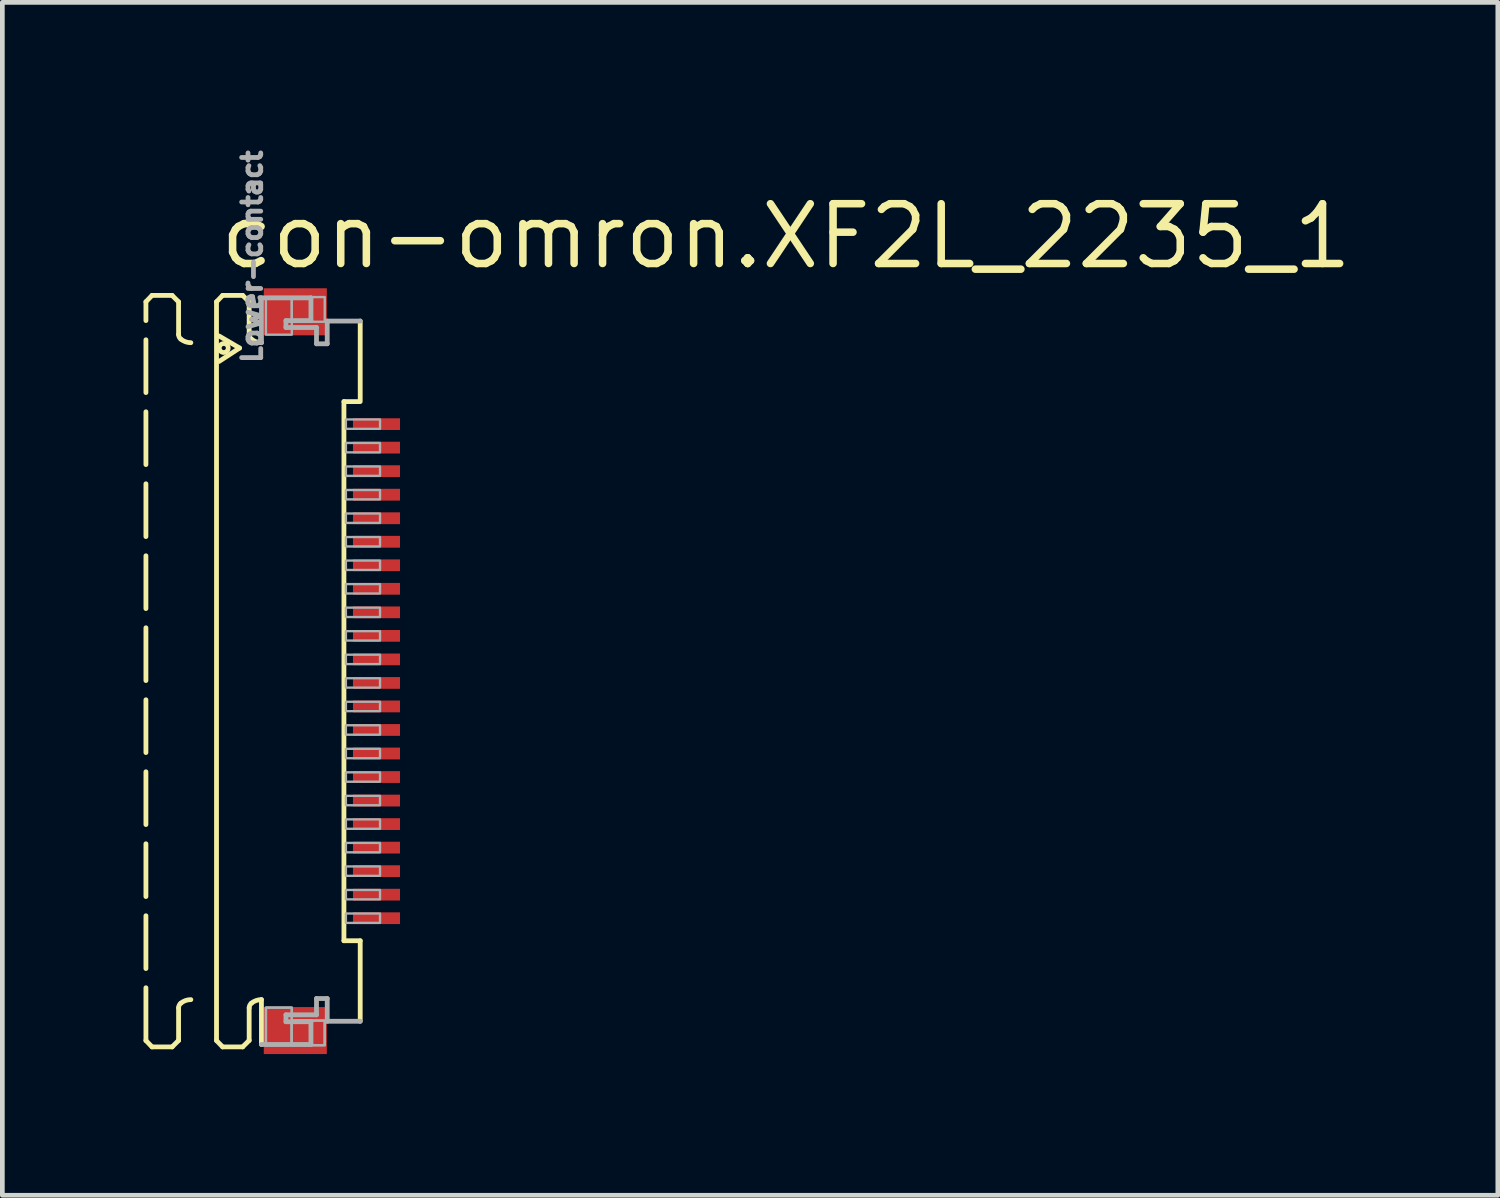
<source format=kicad_pcb>
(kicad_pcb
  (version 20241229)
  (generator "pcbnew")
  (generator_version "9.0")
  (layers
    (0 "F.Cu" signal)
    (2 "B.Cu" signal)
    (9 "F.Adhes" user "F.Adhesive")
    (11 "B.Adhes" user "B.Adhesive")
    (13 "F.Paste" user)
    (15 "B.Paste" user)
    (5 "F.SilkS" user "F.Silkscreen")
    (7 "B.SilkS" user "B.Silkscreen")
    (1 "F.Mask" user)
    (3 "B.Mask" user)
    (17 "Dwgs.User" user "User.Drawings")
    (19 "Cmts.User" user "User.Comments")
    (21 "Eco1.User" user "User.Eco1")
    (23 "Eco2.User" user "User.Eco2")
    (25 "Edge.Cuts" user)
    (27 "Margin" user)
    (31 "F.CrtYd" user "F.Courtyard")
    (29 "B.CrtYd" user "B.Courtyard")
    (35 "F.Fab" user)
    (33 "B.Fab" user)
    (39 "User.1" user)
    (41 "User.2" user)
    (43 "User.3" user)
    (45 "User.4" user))
  (footprint "con-omron.XF2L_2235_1"
    (layer "F.Cu")
    (at 3.046 11.713)
    (property "Reference" "con-omron.XF2L_2235_1" (at -1.5 -9 0) (layer "F.SilkS") (effects (font (size 1.27 1.27) (thickness 0.16)) (justify left bottom)))
    (attr smd)
    (fp_rect (start 1.355 -5.575) (end 2.455 -5.925) (stroke (width 0.05) (type default)) (fill yes) (layer "F.Mask"))
    (fp_rect (start 1.355 -5.075) (end 2.455 -5.425) (stroke (width 0.05) (type default)) (fill yes) (layer "F.Mask"))
    (fp_rect (start 1.355 -4.575) (end 2.455 -4.925) (stroke (width 0.05) (type default)) (fill yes) (layer "F.Mask"))
    (fp_rect (start 1.355 -4.075) (end 2.455 -4.425) (stroke (width 0.05) (type default)) (fill yes) (layer "F.Mask"))
    (fp_rect (start 1.355 -3.575) (end 2.455 -3.925) (stroke (width 0.05) (type default)) (fill yes) (layer "F.Mask"))
    (fp_rect (start 1.355 -3.075) (end 2.455 -3.425) (stroke (width 0.05) (type default)) (fill yes) (layer "F.Mask"))
    (fp_rect (start 1.355 -2.575) (end 2.455 -2.925) (stroke (width 0.05) (type default)) (fill yes) (layer "F.Mask"))
    (fp_rect (start 1.355 -2.075) (end 2.455 -2.425) (stroke (width 0.05) (type default)) (fill yes) (layer "F.Mask"))
    (fp_rect (start 1.355 -1.575) (end 2.455 -1.925) (stroke (width 0.05) (type default)) (fill yes) (layer "F.Mask"))
    (fp_rect (start 1.355 -1.075) (end 2.455 -1.425) (stroke (width 0.05) (type default)) (fill yes) (layer "F.Mask"))
    (fp_rect (start 1.355 -0.575) (end 2.455 -0.925) (stroke (width 0.05) (type default)) (fill yes) (layer "F.Mask"))
    (fp_rect (start 1.355 -0.075) (end 2.455 -0.425) (stroke (width 0.05) (type default)) (fill yes) (layer "F.Mask"))
    (fp_rect (start 1.355 0.425) (end 2.455 0.075) (stroke (width 0.05) (type default)) (fill yes) (layer "F.Mask"))
    (fp_rect (start 1.355 0.925) (end 2.455 0.575) (stroke (width 0.05) (type default)) (fill yes) (layer "F.Mask"))
    (fp_rect (start 1.355 1.425) (end 2.455 1.075) (stroke (width 0.05) (type default)) (fill yes) (layer "F.Mask"))
    (fp_rect (start 1.355 1.925) (end 2.455 1.575) (stroke (width 0.05) (type default)) (fill yes) (layer "F.Mask"))
    (fp_rect (start 1.355 2.425) (end 2.455 2.075) (stroke (width 0.05) (type default)) (fill yes) (layer "F.Mask"))
    (fp_rect (start 1.355 2.925) (end 2.455 2.575) (stroke (width 0.05) (type default)) (fill yes) (layer "F.Mask"))
    (fp_rect (start 1.355 3.425) (end 2.455 3.075) (stroke (width 0.05) (type default)) (fill yes) (layer "F.Mask"))
    (fp_rect (start 1.355 3.925) (end 2.455 3.575) (stroke (width 0.05) (type default)) (fill yes) (layer "F.Mask"))
    (fp_rect (start 1.355 4.425) (end 2.455 4.075) (stroke (width 0.05) (type default)) (fill yes) (layer "F.Mask"))
    (fp_rect (start 1.355 4.925) (end 2.455 4.575) (stroke (width 0.05) (type default)) (fill yes) (layer "F.Mask"))
    (fp_line (start -2.995 -8.35) (end -2.865 -8.485) (stroke (width 0.102) (type default)) (layer "F.SilkS"))
    (fp_line (start -2.995 7.35) (end -2.995 -8.35) (stroke (width 0.102) (type dash)) (layer "F.SilkS"))
    (fp_line (start -2.995 7.35) (end -2.865 7.485) (stroke (width 0.102) (type default)) (layer "F.SilkS"))
    (fp_line (start -2.865 -8.485) (end -2.438 -8.485) (stroke (width 0.102) (type dash)) (layer "F.SilkS"))
    (fp_line (start -2.865 7.485) (end -2.438 7.485) (stroke (width 0.102) (type dash)) (layer "F.SilkS"))
    (fp_line (start -2.438 -8.485) (end -2.301 -8.348) (stroke (width 0.102) (type default)) (layer "F.SilkS"))
    (fp_line (start -2.438 7.485) (end -2.301 7.348) (stroke (width 0.102) (type default)) (layer "F.SilkS"))
    (fp_line (start -2.301 -8.348) (end -2.301 -7.656) (stroke (width 0.102) (type dash)) (layer "F.SilkS"))
    (fp_line (start -2.301 7.348) (end -2.301 6.656) (stroke (width 0.102) (type dash)) (layer "F.SilkS"))
    (fp_line (start -1.495 -8.35) (end -1.365 -8.485) (stroke (width 0.102) (type default)) (layer "F.SilkS"))
    (fp_line (start -1.495 7.35) (end -1.495 -8.35) (stroke (width 0.102) (type default)) (layer "F.SilkS"))
    (fp_line (start -1.495 7.35) (end -1.365 7.485) (stroke (width 0.102) (type default)) (layer "F.SilkS"))
    (fp_line (start -1.441 -7.623) (end -1.005 -7.367) (stroke (width 0.102) (type default)) (layer "F.SilkS"))
    (fp_line (start -1.365 -8.485) (end -0.939 -8.485) (stroke (width 0.102) (type default)) (layer "F.SilkS"))
    (fp_line (start -1.365 7.485) (end -0.939 7.485) (stroke (width 0.102) (type default)) (layer "F.SilkS"))
    (fp_line (start -1.005 -7.367) (end -1.441 -7.082) (stroke (width 0.102) (type default)) (layer "F.SilkS"))
    (fp_line (start -0.939 -8.485) (end -0.801 -8.348) (stroke (width 0.102) (type default)) (layer "F.SilkS"))
    (fp_line (start -0.939 7.485) (end -0.801 7.348) (stroke (width 0.102) (type default)) (layer "F.SilkS"))
    (fp_line (start -0.801 -8.348) (end -0.801 -7.656) (stroke (width 0.102) (type default)) (layer "F.SilkS"))
    (fp_line (start -0.801 7.348) (end -0.801 6.656) (stroke (width 0.102) (type default)) (layer "F.SilkS"))
    (fp_line (start -0.54 6.48) (end -0.54 7.433) (stroke (width 0.102) (type default)) (layer "F.SilkS"))
    (fp_line (start 1.213 5.229) (end 1.213 -6.229) (stroke (width 0.102) (type default)) (layer "F.SilkS"))
    (fp_line (start 1.538 -6.229) (end 1.213 -6.229) (stroke (width 0.102) (type default)) (layer "F.SilkS"))
    (fp_line (start 1.559 -7.94) (end 1.559 -6.229) (stroke (width 0.102) (type default)) (layer "F.SilkS"))
    (fp_line (start 1.559 5.229) (end 1.213 5.229) (stroke (width 0.102) (type default)) (layer "F.SilkS"))
    (fp_line (start 1.559 6.94) (end 1.559 5.229) (stroke (width 0.102) (type default)) (layer "F.SilkS"))
    (fp_arc (start -2.301 6.6557) (mid -2.288538 6.600596) (end -2.2536 6.5562) (stroke (width 0.1016) (type default)) (layer "F.SilkS"))
    (fp_arc (start -2.2536 -7.5562) (mid -2.288538 -7.600596) (end -2.301 -7.6557) (stroke (width 0.1016) (type default)) (layer "F.SilkS"))
    (fp_arc (start -2.2536 6.5562) (mid -2.153476 6.499936) (end -2.0403 6.4804) (stroke (width 0.1016) (type default)) (layer "F.SilkS"))
    (fp_arc (start -2.0403 -7.4804) (mid -2.153476 -7.499936) (end -2.2536 -7.5562) (stroke (width 0.1016) (type default)) (layer "F.SilkS"))
    (fp_arc (start -0.801 6.6557) (mid -0.788538 6.600596) (end -0.7536 6.5562) (stroke (width 0.1016) (type default)) (layer "F.SilkS"))
    (fp_arc (start -0.7536 -7.5562) (mid -0.788538 -7.600596) (end -0.801 -7.6557) (stroke (width 0.1016) (type default)) (layer "F.SilkS"))
    (fp_arc (start -0.7536 6.5562) (mid -0.653476 6.499936) (end -0.5403 6.4804) (stroke (width 0.1016) (type default)) (layer "F.SilkS"))
    (fp_arc (start -0.5403 -7.4804) (mid -0.653476 -7.499936) (end -0.7536 -7.5562) (stroke (width 0.1016) (type default)) (layer "F.SilkS"))
    (fp_circle (center -1.341 -7.367) (end -1.246 -7.367) (stroke (width 0.1) (type default)) (fill no) (layer "F.SilkS"))
    (fp_line (start -0.54 -8.433) (end 0.512 -8.433) (stroke (width 0.102) (type default)) (layer "F.Fab"))
    (fp_line (start -0.54 -7.48) (end -0.54 -8.433) (stroke (width 0.102) (type default)) (layer "F.Fab"))
    (fp_line (start -0.54 7.433) (end 0.512 7.433) (stroke (width 0.102) (type default)) (layer "F.Fab"))
    (fp_line (start -0.019 -7.95) (end -0.019 -7.803) (stroke (width 0.102) (type default)) (layer "F.Fab"))
    (fp_line (start -0.019 -7.803) (end 0.63 -7.803) (stroke (width 0.102) (type default)) (layer "F.Fab"))
    (fp_line (start -0.019 6.803) (end 0.63 6.803) (stroke (width 0.102) (type default)) (layer "F.Fab"))
    (fp_line (start -0.019 6.95) (end -0.019 6.803) (stroke (width 0.102) (type default)) (layer "F.Fab"))
    (fp_line (start 0.512 -8.433) (end 0.512 -7.95) (stroke (width 0.102) (type default)) (layer "F.Fab"))
    (fp_line (start 0.512 -7.95) (end -0.019 -7.95) (stroke (width 0.102) (type default)) (layer "F.Fab"))
    (fp_line (start 0.512 6.95) (end -0.019 6.95) (stroke (width 0.102) (type default)) (layer "F.Fab"))
    (fp_line (start 0.512 7.433) (end 0.512 6.95) (stroke (width 0.102) (type default)) (layer "F.Fab"))
    (fp_line (start 0.63 -7.803) (end 0.63 -7.457) (stroke (width 0.102) (type default)) (layer "F.Fab"))
    (fp_line (start 0.63 -7.457) (end 0.858 -7.457) (stroke (width 0.102) (type default)) (layer "F.Fab"))
    (fp_line (start 0.63 6.457) (end 0.858 6.457) (stroke (width 0.102) (type default)) (layer "F.Fab"))
    (fp_line (start 0.63 6.803) (end 0.63 6.457) (stroke (width 0.102) (type default)) (layer "F.Fab"))
    (fp_line (start 0.858 -7.94) (end 1.559 -7.94) (stroke (width 0.102) (type default)) (layer "F.Fab"))
    (fp_line (start 0.858 -7.457) (end 0.858 -7.94) (stroke (width 0.102) (type default)) (layer "F.Fab"))
    (fp_line (start 0.858 6.457) (end 0.858 6.94) (stroke (width 0.102) (type default)) (layer "F.Fab"))
    (fp_line (start 0.858 6.94) (end 1.559 6.94) (stroke (width 0.102) (type default)) (layer "F.Fab"))
    (fp_rect (start -0.445 -7.65) (end 0.105 -8.45) (stroke (width 0.05) (type default)) (fill no) (layer "F.Fab"))
    (fp_rect (start -0.445 7.45) (end 0.105 6.65) (stroke (width 0.05) (type default)) (fill no) (layer "F.Fab"))
    (fp_rect (start -0.445 7.45) (end 0.105 6.65) (stroke (width 0.05) (type default)) (fill no) (layer "F.Fab"))
    (fp_rect (start 0.105 -7.925) (end 0.805 -8.45) (stroke (width 0.05) (type default)) (fill no) (layer "F.Fab"))
    (fp_rect (start 0.105 7.45) (end 0.805 6.925) (stroke (width 0.05) (type default)) (fill no) (layer "F.Fab"))
    (fp_rect (start 0.105 7.45) (end 0.805 6.925) (stroke (width 0.05) (type default)) (fill no) (layer "F.Fab"))
    (fp_rect (start 1.255 -5.65) (end 1.98 -5.85) (stroke (width 0.05) (type default)) (fill no) (layer "F.Fab"))
    (fp_rect (start 1.255 -5.15) (end 1.98 -5.35) (stroke (width 0.05) (type default)) (fill no) (layer "F.Fab"))
    (fp_rect (start 1.255 -4.65) (end 1.98 -4.85) (stroke (width 0.05) (type default)) (fill no) (layer "F.Fab"))
    (fp_rect (start 1.255 -4.15) (end 1.98 -4.35) (stroke (width 0.05) (type default)) (fill no) (layer "F.Fab"))
    (fp_rect (start 1.255 -3.65) (end 1.98 -3.85) (stroke (width 0.05) (type default)) (fill no) (layer "F.Fab"))
    (fp_rect (start 1.255 -3.15) (end 1.98 -3.35) (stroke (width 0.05) (type default)) (fill no) (layer "F.Fab"))
    (fp_rect (start 1.255 -2.65) (end 1.98 -2.85) (stroke (width 0.05) (type default)) (fill no) (layer "F.Fab"))
    (fp_rect (start 1.255 -2.15) (end 1.98 -2.35) (stroke (width 0.05) (type default)) (fill no) (layer "F.Fab"))
    (fp_rect (start 1.255 -1.65) (end 1.98 -1.85) (stroke (width 0.05) (type default)) (fill no) (layer "F.Fab"))
    (fp_rect (start 1.255 -1.15) (end 1.98 -1.35) (stroke (width 0.05) (type default)) (fill no) (layer "F.Fab"))
    (fp_rect (start 1.255 -0.65) (end 1.98 -0.85) (stroke (width 0.05) (type default)) (fill no) (layer "F.Fab"))
    (fp_rect (start 1.255 -0.15) (end 1.98 -0.35) (stroke (width 0.05) (type default)) (fill no) (layer "F.Fab"))
    (fp_rect (start 1.255 0.35) (end 1.98 0.15) (stroke (width 0.05) (type default)) (fill no) (layer "F.Fab"))
    (fp_rect (start 1.255 0.85) (end 1.98 0.65) (stroke (width 0.05) (type default)) (fill no) (layer "F.Fab"))
    (fp_rect (start 1.255 1.35) (end 1.98 1.15) (stroke (width 0.05) (type default)) (fill no) (layer "F.Fab"))
    (fp_rect (start 1.255 1.85) (end 1.98 1.65) (stroke (width 0.05) (type default)) (fill no) (layer "F.Fab"))
    (fp_rect (start 1.255 2.35) (end 1.98 2.15) (stroke (width 0.05) (type default)) (fill no) (layer "F.Fab"))
    (fp_rect (start 1.255 2.85) (end 1.98 2.65) (stroke (width 0.05) (type default)) (fill no) (layer "F.Fab"))
    (fp_rect (start 1.255 3.35) (end 1.98 3.15) (stroke (width 0.05) (type default)) (fill no) (layer "F.Fab"))
    (fp_rect (start 1.255 3.85) (end 1.98 3.65) (stroke (width 0.05) (type default)) (fill no) (layer "F.Fab"))
    (fp_rect (start 1.255 4.35) (end 1.98 4.15) (stroke (width 0.05) (type default)) (fill no) (layer "F.Fab"))
    (fp_rect (start 1.255 4.85) (end 1.98 4.65) (stroke (width 0.05) (type default)) (fill no) (layer "F.Fab"))
    (fp_text user "Lower-contact" (at -0.5 -7 270) (layer "F.Fab") (effects (font (size 0.406 0.406) (thickness 0.15)) (justify left bottom)))
    (pad "1" smd roundrect (at 1.905 -5.75) (size 1 0.25) (layers "F.Cu" "F.Mask" "F.Paste") (roundrect_rratio 0.01))
    (pad "2" smd roundrect (at 1.905 -5.25) (size 1 0.25) (layers "F.Cu" "F.Mask" "F.Paste") (roundrect_rratio 0.01))
    (pad "3" smd roundrect (at 1.905 -4.75) (size 1 0.25) (layers "F.Cu" "F.Mask" "F.Paste") (roundrect_rratio 0.01))
    (pad "4" smd roundrect (at 1.905 -4.25) (size 1 0.25) (layers "F.Cu" "F.Mask" "F.Paste") (roundrect_rratio 0.01))
    (pad "5" smd roundrect (at 1.905 -3.75) (size 1 0.25) (layers "F.Cu" "F.Mask" "F.Paste") (roundrect_rratio 0.01))
    (pad "6" smd roundrect (at 1.905 -3.25) (size 1 0.25) (layers "F.Cu" "F.Mask" "F.Paste") (roundrect_rratio 0.01))
    (pad "7" smd roundrect (at 1.905 -2.75) (size 1 0.25) (layers "F.Cu" "F.Mask" "F.Paste") (roundrect_rratio 0.01))
    (pad "8" smd roundrect (at 1.905 -2.25) (size 1 0.25) (layers "F.Cu" "F.Mask" "F.Paste") (roundrect_rratio 0.01))
    (pad "9" smd roundrect (at 1.905 -1.75) (size 1 0.25) (layers "F.Cu" "F.Mask" "F.Paste") (roundrect_rratio 0.01))
    (pad "10" smd roundrect (at 1.905 -1.25) (size 1 0.25) (layers "F.Cu" "F.Mask" "F.Paste") (roundrect_rratio 0.01))
    (pad "11" smd roundrect (at 1.905 -0.75) (size 1 0.25) (layers "F.Cu" "F.Mask" "F.Paste") (roundrect_rratio 0.01))
    (pad "12" smd roundrect (at 1.905 -0.25) (size 1 0.25) (layers "F.Cu" "F.Mask" "F.Paste") (roundrect_rratio 0.01))
    (pad "13" smd roundrect (at 1.905 0.25) (size 1 0.25) (layers "F.Cu" "F.Mask" "F.Paste") (roundrect_rratio 0.01))
    (pad "14" smd roundrect (at 1.905 0.75) (size 1 0.25) (layers "F.Cu" "F.Mask" "F.Paste") (roundrect_rratio 0.01))
    (pad "15" smd roundrect (at 1.905 1.25) (size 1 0.25) (layers "F.Cu" "F.Mask" "F.Paste") (roundrect_rratio 0.01))
    (pad "16" smd roundrect (at 1.905 1.75) (size 1 0.25) (layers "F.Cu" "F.Mask" "F.Paste") (roundrect_rratio 0.01))
    (pad "17" smd roundrect (at 1.905 2.25) (size 1 0.25) (layers "F.Cu" "F.Mask" "F.Paste") (roundrect_rratio 0.01))
    (pad "18" smd roundrect (at 1.905 2.75) (size 1 0.25) (layers "F.Cu" "F.Mask" "F.Paste") (roundrect_rratio 0.01))
    (pad "19" smd roundrect (at 1.905 3.25) (size 1 0.25) (layers "F.Cu" "F.Mask" "F.Paste") (roundrect_rratio 0.01))
    (pad "20" smd roundrect (at 1.905 3.75) (size 1 0.25) (layers "F.Cu" "F.Mask" "F.Paste") (roundrect_rratio 0.01))
    (pad "21" smd roundrect (at 1.905 4.25) (size 1 0.25) (layers "F.Cu" "F.Mask" "F.Paste") (roundrect_rratio 0.01))
    (pad "22" smd roundrect (at 1.905 4.75) (size 1 0.25) (layers "F.Cu" "F.Mask" "F.Paste") (roundrect_rratio 0.01))
    (pad "M1" smd roundrect (at 0.18 -8.137) (size 1.34 1) (layers "F.Cu" "F.Mask" "F.Paste") (roundrect_rratio 0.01))
    (pad "M2" smd roundrect (at 0.18 7.138) (size 1.34 1) (layers "F.Cu" "F.Mask" "F.Paste") (roundrect_rratio 0.01)))
  (gr_rect
    (start -3 -3)
    (end 28.781 22.351)
    (stroke (width 0.1) (type default))
    (fill no)
    (layer "Edge.Cuts")))
</source>
